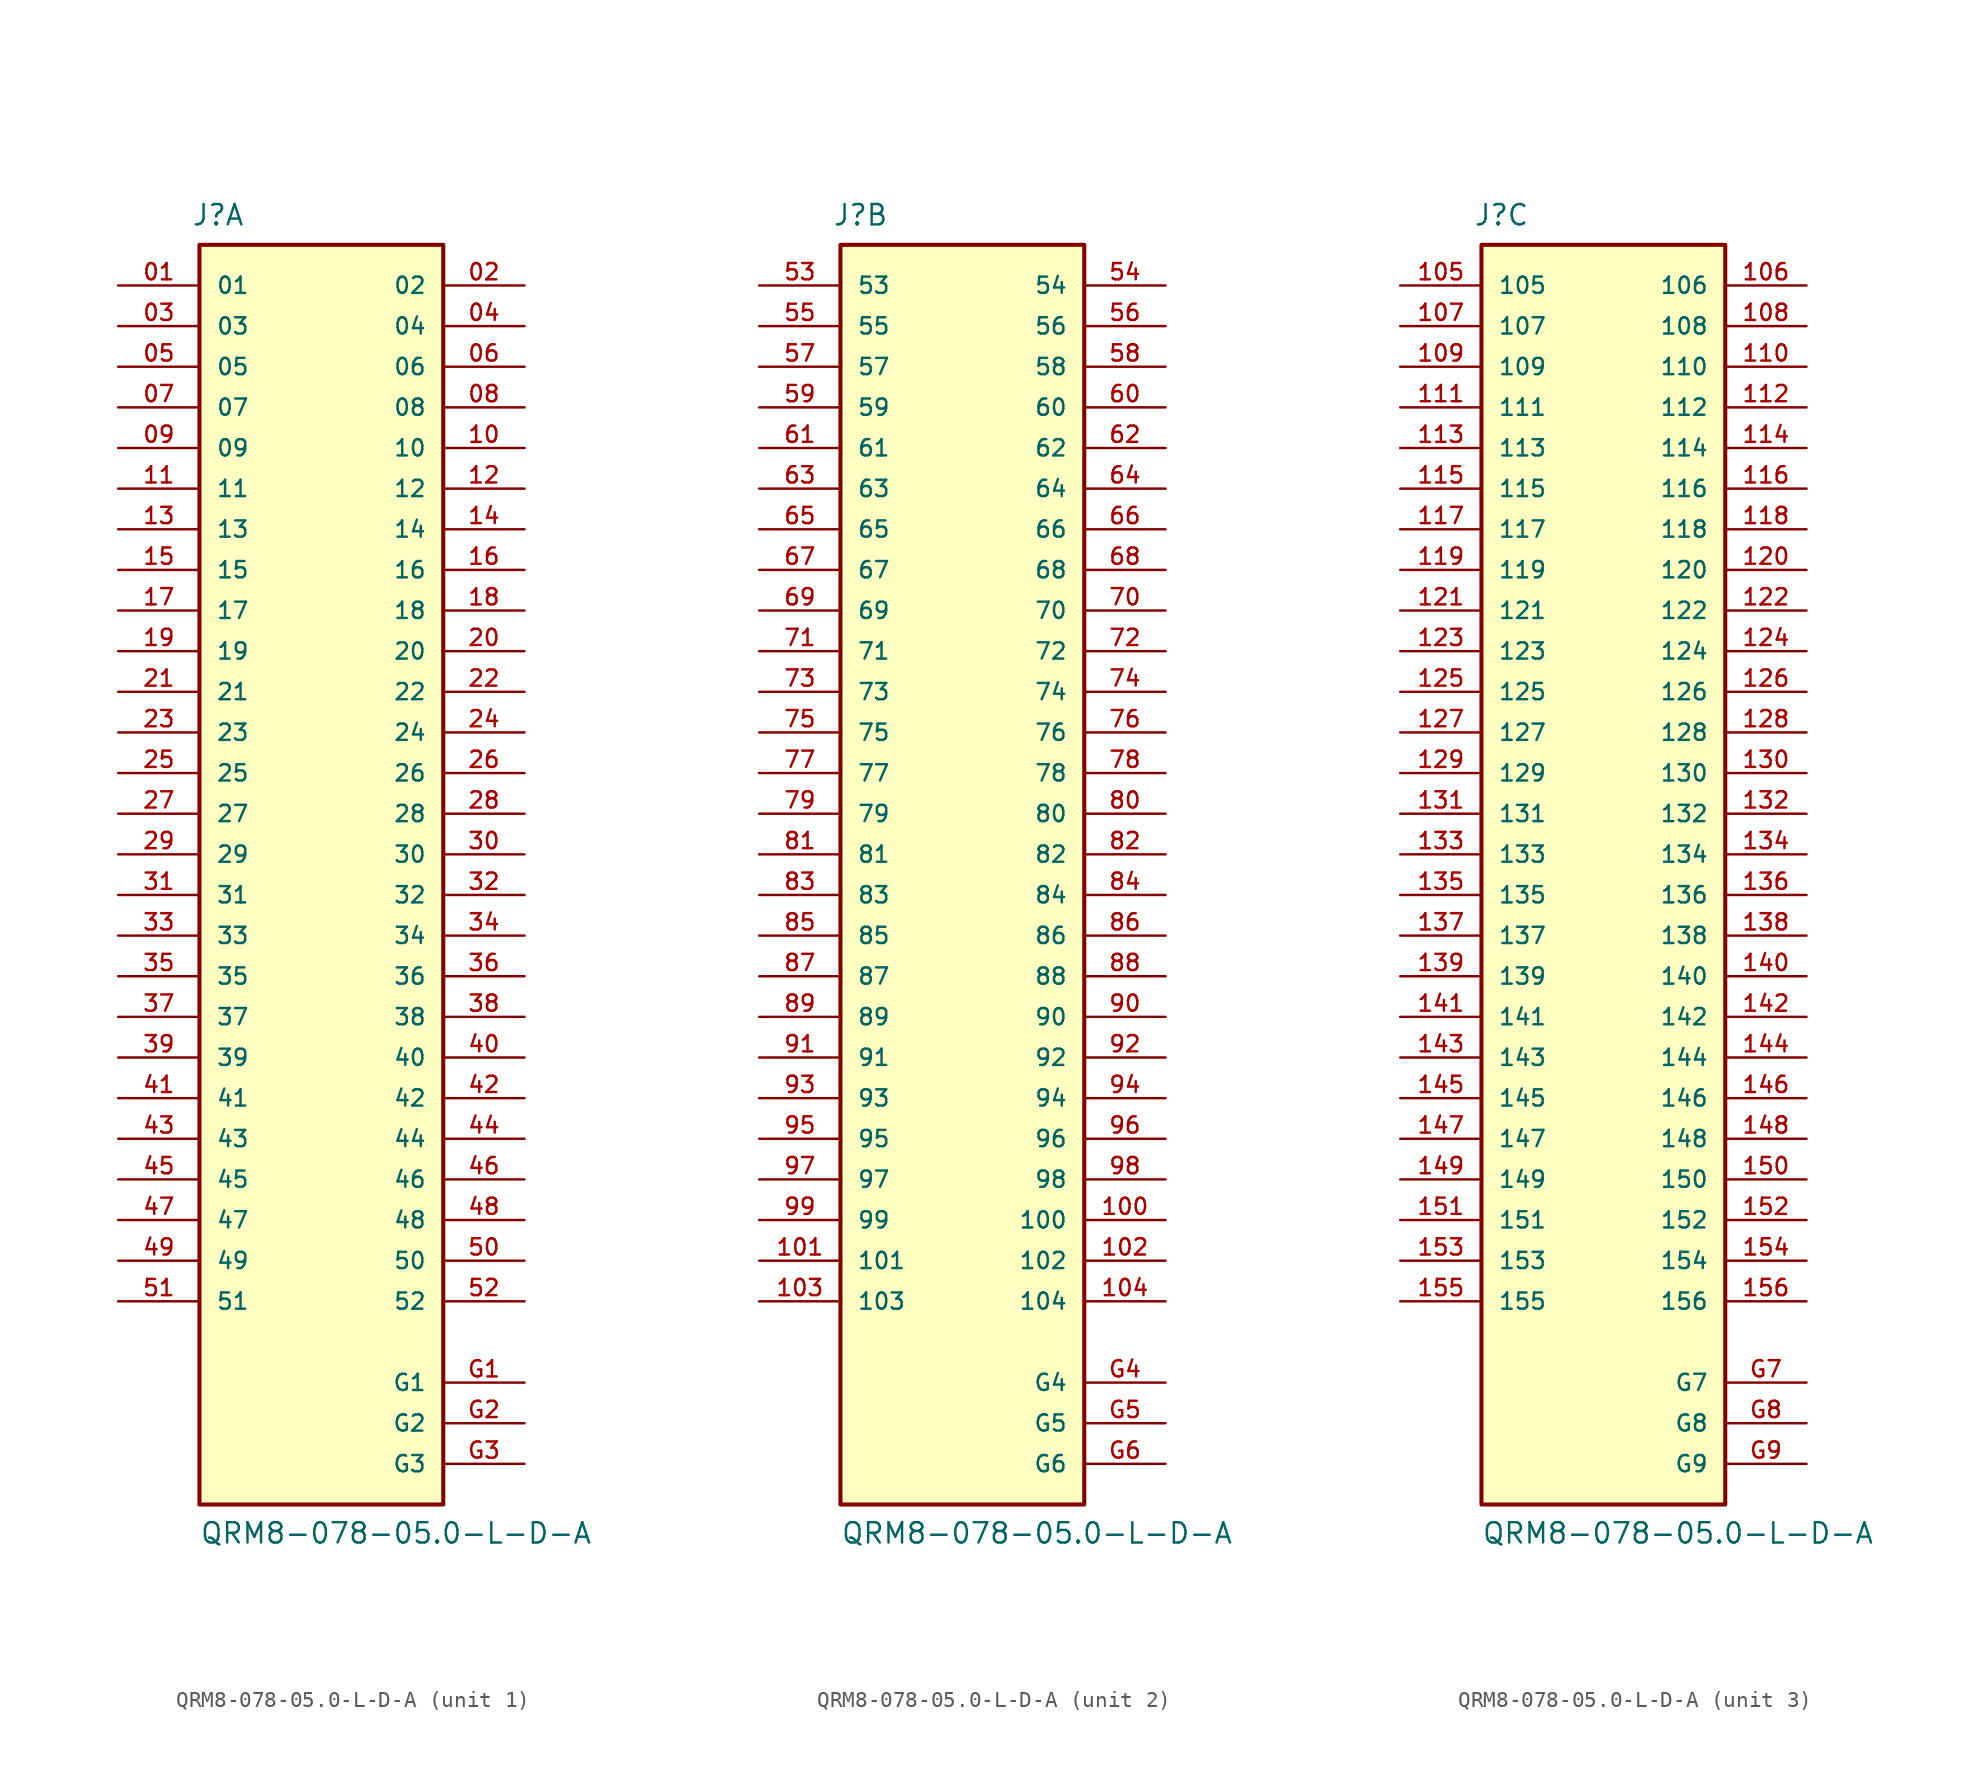
<source format=kicad_sym>
(kicad_symbol_lib
  (version 20211014)
  (generator kicad_symbol_editor)
  (symbol "QRM8-078-05.0-L-D-A"
    (pin_names
      (offset 1.016))
    (property "Reference" "J"
      (at -8.128 39.218 0)
      (effects (font (size 1.27 1.27)) (justify left bottom)))
    (property "Value" "QRM8-078-05.0-L-D-A"
      (at -7.62 -43.18 0)
      (effects (font (size 1.27 1.27)) (justify left bottom)))
    (property "ki_locked" ""
      (at 0 0 0)
      (effects (font (size 1.27 1.27))))
    (symbol "QRM8-078-05.0-L-D-A_1_0"
      (rectangle (start -7.62 -40.64) (end 7.62 38.1) (stroke (width 0.254) (type default) (color 0 0 0 0)) (fill (type background)))
      (pin passive line (at -12.7 35.56 0) (length 5.08) (name "01" (effects (font (size 1.016 1.016)))) (number "01" (effects (font (size 1.016 1.016)))))
      (pin passive line (at 12.7 35.56 180) (length 5.08) (name "02" (effects (font (size 1.016 1.016)))) (number "02" (effects (font (size 1.016 1.016)))))
      (pin passive line (at -12.7 33.02 0) (length 5.08) (name "03" (effects (font (size 1.016 1.016)))) (number "03" (effects (font (size 1.016 1.016)))))
      (pin passive line (at 12.7 33.02 180) (length 5.08) (name "04" (effects (font (size 1.016 1.016)))) (number "04" (effects (font (size 1.016 1.016)))))
      (pin passive line (at -12.7 30.48 0) (length 5.08) (name "05" (effects (font (size 1.016 1.016)))) (number "05" (effects (font (size 1.016 1.016)))))
      (pin passive line (at 12.7 30.48 180) (length 5.08) (name "06" (effects (font (size 1.016 1.016)))) (number "06" (effects (font (size 1.016 1.016)))))
      (pin passive line (at -12.7 27.94 0) (length 5.08) (name "07" (effects (font (size 1.016 1.016)))) (number "07" (effects (font (size 1.016 1.016)))))
      (pin passive line (at 12.7 27.94 180) (length 5.08) (name "08" (effects (font (size 1.016 1.016)))) (number "08" (effects (font (size 1.016 1.016)))))
      (pin passive line (at -12.7 25.4 0) (length 5.08) (name "09" (effects (font (size 1.016 1.016)))) (number "09" (effects (font (size 1.016 1.016)))))
      (pin passive line (at 12.7 25.4 180) (length 5.08) (name "10" (effects (font (size 1.016 1.016)))) (number "10" (effects (font (size 1.016 1.016)))))
      (pin passive line (at -12.7 22.86 0) (length 5.08) (name "11" (effects (font (size 1.016 1.016)))) (number "11" (effects (font (size 1.016 1.016)))))
      (pin passive line (at 12.7 22.86 180) (length 5.08) (name "12" (effects (font (size 1.016 1.016)))) (number "12" (effects (font (size 1.016 1.016)))))
      (pin passive line (at -12.7 20.32 0) (length 5.08) (name "13" (effects (font (size 1.016 1.016)))) (number "13" (effects (font (size 1.016 1.016)))))
      (pin passive line (at 12.7 20.32 180) (length 5.08) (name "14" (effects (font (size 1.016 1.016)))) (number "14" (effects (font (size 1.016 1.016)))))
      (pin passive line (at -12.7 17.78 0) (length 5.08) (name "15" (effects (font (size 1.016 1.016)))) (number "15" (effects (font (size 1.016 1.016)))))
      (pin passive line (at 12.7 17.78 180) (length 5.08) (name "16" (effects (font (size 1.016 1.016)))) (number "16" (effects (font (size 1.016 1.016)))))
      (pin passive line (at -12.7 15.24 0) (length 5.08) (name "17" (effects (font (size 1.016 1.016)))) (number "17" (effects (font (size 1.016 1.016)))))
      (pin passive line (at 12.7 15.24 180) (length 5.08) (name "18" (effects (font (size 1.016 1.016)))) (number "18" (effects (font (size 1.016 1.016)))))
      (pin passive line (at -12.7 12.7 0) (length 5.08) (name "19" (effects (font (size 1.016 1.016)))) (number "19" (effects (font (size 1.016 1.016)))))
      (pin passive line (at 12.7 12.7 180) (length 5.08) (name "20" (effects (font (size 1.016 1.016)))) (number "20" (effects (font (size 1.016 1.016)))))
      (pin passive line (at -12.7 10.16 0) (length 5.08) (name "21" (effects (font (size 1.016 1.016)))) (number "21" (effects (font (size 1.016 1.016)))))
      (pin passive line (at 12.7 10.16 180) (length 5.08) (name "22" (effects (font (size 1.016 1.016)))) (number "22" (effects (font (size 1.016 1.016)))))
      (pin passive line (at -12.7 7.62 0) (length 5.08) (name "23" (effects (font (size 1.016 1.016)))) (number "23" (effects (font (size 1.016 1.016)))))
      (pin passive line (at 12.7 7.62 180) (length 5.08) (name "24" (effects (font (size 1.016 1.016)))) (number "24" (effects (font (size 1.016 1.016)))))
      (pin passive line (at -12.7 5.08 0) (length 5.08) (name "25" (effects (font (size 1.016 1.016)))) (number "25" (effects (font (size 1.016 1.016)))))
      (pin passive line (at 12.7 5.08 180) (length 5.08) (name "26" (effects (font (size 1.016 1.016)))) (number "26" (effects (font (size 1.016 1.016)))))
      (pin passive line (at -12.7 2.54 0) (length 5.08) (name "27" (effects (font (size 1.016 1.016)))) (number "27" (effects (font (size 1.016 1.016)))))
      (pin passive line (at 12.7 2.54 180) (length 5.08) (name "28" (effects (font (size 1.016 1.016)))) (number "28" (effects (font (size 1.016 1.016)))))
      (pin passive line (at -12.7 0 0) (length 5.08) (name "29" (effects (font (size 1.016 1.016)))) (number "29" (effects (font (size 1.016 1.016)))))
      (pin passive line (at 12.7 0 180) (length 5.08) (name "30" (effects (font (size 1.016 1.016)))) (number "30" (effects (font (size 1.016 1.016)))))
      (pin passive line (at -12.7 -2.54 0) (length 5.08) (name "31" (effects (font (size 1.016 1.016)))) (number "31" (effects (font (size 1.016 1.016)))))
      (pin passive line (at 12.7 -2.54 180) (length 5.08) (name "32" (effects (font (size 1.016 1.016)))) (number "32" (effects (font (size 1.016 1.016)))))
      (pin passive line (at -12.7 -5.08 0) (length 5.08) (name "33" (effects (font (size 1.016 1.016)))) (number "33" (effects (font (size 1.016 1.016)))))
      (pin passive line (at 12.7 -5.08 180) (length 5.08) (name "34" (effects (font (size 1.016 1.016)))) (number "34" (effects (font (size 1.016 1.016)))))
      (pin passive line (at -12.7 -7.62 0) (length 5.08) (name "35" (effects (font (size 1.016 1.016)))) (number "35" (effects (font (size 1.016 1.016)))))
      (pin passive line (at 12.7 -7.62 180) (length 5.08) (name "36" (effects (font (size 1.016 1.016)))) (number "36" (effects (font (size 1.016 1.016)))))
      (pin passive line (at -12.7 -10.16 0) (length 5.08) (name "37" (effects (font (size 1.016 1.016)))) (number "37" (effects (font (size 1.016 1.016)))))
      (pin passive line (at 12.7 -10.16 180) (length 5.08) (name "38" (effects (font (size 1.016 1.016)))) (number "38" (effects (font (size 1.016 1.016)))))
      (pin passive line (at -12.7 -12.7 0) (length 5.08) (name "39" (effects (font (size 1.016 1.016)))) (number "39" (effects (font (size 1.016 1.016)))))
      (pin passive line (at 12.7 -12.7 180) (length 5.08) (name "40" (effects (font (size 1.016 1.016)))) (number "40" (effects (font (size 1.016 1.016)))))
      (pin passive line (at -12.7 -15.24 0) (length 5.08) (name "41" (effects (font (size 1.016 1.016)))) (number "41" (effects (font (size 1.016 1.016)))))
      (pin passive line (at 12.7 -15.24 180) (length 5.08) (name "42" (effects (font (size 1.016 1.016)))) (number "42" (effects (font (size 1.016 1.016)))))
      (pin passive line (at -12.7 -17.78 0) (length 5.08) (name "43" (effects (font (size 1.016 1.016)))) (number "43" (effects (font (size 1.016 1.016)))))
      (pin passive line (at 12.7 -17.78 180) (length 5.08) (name "44" (effects (font (size 1.016 1.016)))) (number "44" (effects (font (size 1.016 1.016)))))
      (pin passive line (at -12.7 -20.32 0) (length 5.08) (name "45" (effects (font (size 1.016 1.016)))) (number "45" (effects (font (size 1.016 1.016)))))
      (pin passive line (at 12.7 -20.32 180) (length 5.08) (name "46" (effects (font (size 1.016 1.016)))) (number "46" (effects (font (size 1.016 1.016)))))
      (pin passive line (at -12.7 -22.86 0) (length 5.08) (name "47" (effects (font (size 1.016 1.016)))) (number "47" (effects (font (size 1.016 1.016)))))
      (pin passive line (at 12.7 -22.86 180) (length 5.08) (name "48" (effects (font (size 1.016 1.016)))) (number "48" (effects (font (size 1.016 1.016)))))
      (pin passive line (at -12.7 -25.4 0) (length 5.08) (name "49" (effects (font (size 1.016 1.016)))) (number "49" (effects (font (size 1.016 1.016)))))
      (pin passive line (at 12.7 -25.4 180) (length 5.08) (name "50" (effects (font (size 1.016 1.016)))) (number "50" (effects (font (size 1.016 1.016)))))
      (pin passive line (at -12.7 -27.94 0) (length 5.08) (name "51" (effects (font (size 1.016 1.016)))) (number "51" (effects (font (size 1.016 1.016)))))
      (pin passive line (at 12.7 -27.94 180) (length 5.08) (name "52" (effects (font (size 1.016 1.016)))) (number "52" (effects (font (size 1.016 1.016)))))
      (pin power_in line (at 12.7 -33.02 180) (length 5.08) (name "G1" (effects (font (size 1.016 1.016)))) (number "G1" (effects (font (size 1.016 1.016)))))
      (pin power_in line (at 12.7 -35.56 180) (length 5.08) (name "G2" (effects (font (size 1.016 1.016)))) (number "G2" (effects (font (size 1.016 1.016)))))
      (pin power_in line (at 12.7 -38.1 180) (length 5.08) (name "G3" (effects (font (size 1.016 1.016)))) (number "G3" (effects (font (size 1.016 1.016))))))
    (symbol "QRM8-078-05.0-L-D-A_2_0"
      (rectangle (start -7.62 -40.64) (end 7.62 38.1) (stroke (width 0.254) (type default) (color 0 0 0 0)) (fill (type background)))
      (pin passive line (at 12.7 -22.86 180) (length 5.08) (name "100" (effects (font (size 1.016 1.016)))) (number "100" (effects (font (size 1.016 1.016)))))
      (pin passive line (at -12.7 -25.4 0) (length 5.08) (name "101" (effects (font (size 1.016 1.016)))) (number "101" (effects (font (size 1.016 1.016)))))
      (pin passive line (at 12.7 -25.4 180) (length 5.08) (name "102" (effects (font (size 1.016 1.016)))) (number "102" (effects (font (size 1.016 1.016)))))
      (pin passive line (at -12.7 -27.94 0) (length 5.08) (name "103" (effects (font (size 1.016 1.016)))) (number "103" (effects (font (size 1.016 1.016)))))
      (pin passive line (at 12.7 -27.94 180) (length 5.08) (name "104" (effects (font (size 1.016 1.016)))) (number "104" (effects (font (size 1.016 1.016)))))
      (pin passive line (at -12.7 35.56 0) (length 5.08) (name "53" (effects (font (size 1.016 1.016)))) (number "53" (effects (font (size 1.016 1.016)))))
      (pin passive line (at 12.7 35.56 180) (length 5.08) (name "54" (effects (font (size 1.016 1.016)))) (number "54" (effects (font (size 1.016 1.016)))))
      (pin passive line (at -12.7 33.02 0) (length 5.08) (name "55" (effects (font (size 1.016 1.016)))) (number "55" (effects (font (size 1.016 1.016)))))
      (pin passive line (at 12.7 33.02 180) (length 5.08) (name "56" (effects (font (size 1.016 1.016)))) (number "56" (effects (font (size 1.016 1.016)))))
      (pin passive line (at -12.7 30.48 0) (length 5.08) (name "57" (effects (font (size 1.016 1.016)))) (number "57" (effects (font (size 1.016 1.016)))))
      (pin passive line (at 12.7 30.48 180) (length 5.08) (name "58" (effects (font (size 1.016 1.016)))) (number "58" (effects (font (size 1.016 1.016)))))
      (pin passive line (at -12.7 27.94 0) (length 5.08) (name "59" (effects (font (size 1.016 1.016)))) (number "59" (effects (font (size 1.016 1.016)))))
      (pin passive line (at 12.7 27.94 180) (length 5.08) (name "60" (effects (font (size 1.016 1.016)))) (number "60" (effects (font (size 1.016 1.016)))))
      (pin passive line (at -12.7 25.4 0) (length 5.08) (name "61" (effects (font (size 1.016 1.016)))) (number "61" (effects (font (size 1.016 1.016)))))
      (pin passive line (at 12.7 25.4 180) (length 5.08) (name "62" (effects (font (size 1.016 1.016)))) (number "62" (effects (font (size 1.016 1.016)))))
      (pin passive line (at -12.7 22.86 0) (length 5.08) (name "63" (effects (font (size 1.016 1.016)))) (number "63" (effects (font (size 1.016 1.016)))))
      (pin passive line (at 12.7 22.86 180) (length 5.08) (name "64" (effects (font (size 1.016 1.016)))) (number "64" (effects (font (size 1.016 1.016)))))
      (pin passive line (at -12.7 20.32 0) (length 5.08) (name "65" (effects (font (size 1.016 1.016)))) (number "65" (effects (font (size 1.016 1.016)))))
      (pin passive line (at 12.7 20.32 180) (length 5.08) (name "66" (effects (font (size 1.016 1.016)))) (number "66" (effects (font (size 1.016 1.016)))))
      (pin passive line (at -12.7 17.78 0) (length 5.08) (name "67" (effects (font (size 1.016 1.016)))) (number "67" (effects (font (size 1.016 1.016)))))
      (pin passive line (at 12.7 17.78 180) (length 5.08) (name "68" (effects (font (size 1.016 1.016)))) (number "68" (effects (font (size 1.016 1.016)))))
      (pin passive line (at -12.7 15.24 0) (length 5.08) (name "69" (effects (font (size 1.016 1.016)))) (number "69" (effects (font (size 1.016 1.016)))))
      (pin passive line (at 12.7 15.24 180) (length 5.08) (name "70" (effects (font (size 1.016 1.016)))) (number "70" (effects (font (size 1.016 1.016)))))
      (pin passive line (at -12.7 12.7 0) (length 5.08) (name "71" (effects (font (size 1.016 1.016)))) (number "71" (effects (font (size 1.016 1.016)))))
      (pin passive line (at 12.7 12.7 180) (length 5.08) (name "72" (effects (font (size 1.016 1.016)))) (number "72" (effects (font (size 1.016 1.016)))))
      (pin passive line (at -12.7 10.16 0) (length 5.08) (name "73" (effects (font (size 1.016 1.016)))) (number "73" (effects (font (size 1.016 1.016)))))
      (pin passive line (at 12.7 10.16 180) (length 5.08) (name "74" (effects (font (size 1.016 1.016)))) (number "74" (effects (font (size 1.016 1.016)))))
      (pin passive line (at -12.7 7.62 0) (length 5.08) (name "75" (effects (font (size 1.016 1.016)))) (number "75" (effects (font (size 1.016 1.016)))))
      (pin passive line (at 12.7 7.62 180) (length 5.08) (name "76" (effects (font (size 1.016 1.016)))) (number "76" (effects (font (size 1.016 1.016)))))
      (pin passive line (at -12.7 5.08 0) (length 5.08) (name "77" (effects (font (size 1.016 1.016)))) (number "77" (effects (font (size 1.016 1.016)))))
      (pin passive line (at 12.7 5.08 180) (length 5.08) (name "78" (effects (font (size 1.016 1.016)))) (number "78" (effects (font (size 1.016 1.016)))))
      (pin passive line (at -12.7 2.54 0) (length 5.08) (name "79" (effects (font (size 1.016 1.016)))) (number "79" (effects (font (size 1.016 1.016)))))
      (pin passive line (at 12.7 2.54 180) (length 5.08) (name "80" (effects (font (size 1.016 1.016)))) (number "80" (effects (font (size 1.016 1.016)))))
      (pin passive line (at -12.7 0 0) (length 5.08) (name "81" (effects (font (size 1.016 1.016)))) (number "81" (effects (font (size 1.016 1.016)))))
      (pin passive line (at 12.7 0 180) (length 5.08) (name "82" (effects (font (size 1.016 1.016)))) (number "82" (effects (font (size 1.016 1.016)))))
      (pin passive line (at -12.7 -2.54 0) (length 5.08) (name "83" (effects (font (size 1.016 1.016)))) (number "83" (effects (font (size 1.016 1.016)))))
      (pin passive line (at 12.7 -2.54 180) (length 5.08) (name "84" (effects (font (size 1.016 1.016)))) (number "84" (effects (font (size 1.016 1.016)))))
      (pin passive line (at -12.7 -5.08 0) (length 5.08) (name "85" (effects (font (size 1.016 1.016)))) (number "85" (effects (font (size 1.016 1.016)))))
      (pin passive line (at 12.7 -5.08 180) (length 5.08) (name "86" (effects (font (size 1.016 1.016)))) (number "86" (effects (font (size 1.016 1.016)))))
      (pin passive line (at -12.7 -7.62 0) (length 5.08) (name "87" (effects (font (size 1.016 1.016)))) (number "87" (effects (font (size 1.016 1.016)))))
      (pin passive line (at 12.7 -7.62 180) (length 5.08) (name "88" (effects (font (size 1.016 1.016)))) (number "88" (effects (font (size 1.016 1.016)))))
      (pin passive line (at -12.7 -10.16 0) (length 5.08) (name "89" (effects (font (size 1.016 1.016)))) (number "89" (effects (font (size 1.016 1.016)))))
      (pin passive line (at 12.7 -10.16 180) (length 5.08) (name "90" (effects (font (size 1.016 1.016)))) (number "90" (effects (font (size 1.016 1.016)))))
      (pin passive line (at -12.7 -12.7 0) (length 5.08) (name "91" (effects (font (size 1.016 1.016)))) (number "91" (effects (font (size 1.016 1.016)))))
      (pin passive line (at 12.7 -12.7 180) (length 5.08) (name "92" (effects (font (size 1.016 1.016)))) (number "92" (effects (font (size 1.016 1.016)))))
      (pin passive line (at -12.7 -15.24 0) (length 5.08) (name "93" (effects (font (size 1.016 1.016)))) (number "93" (effects (font (size 1.016 1.016)))))
      (pin passive line (at 12.7 -15.24 180) (length 5.08) (name "94" (effects (font (size 1.016 1.016)))) (number "94" (effects (font (size 1.016 1.016)))))
      (pin passive line (at -12.7 -17.78 0) (length 5.08) (name "95" (effects (font (size 1.016 1.016)))) (number "95" (effects (font (size 1.016 1.016)))))
      (pin passive line (at 12.7 -17.78 180) (length 5.08) (name "96" (effects (font (size 1.016 1.016)))) (number "96" (effects (font (size 1.016 1.016)))))
      (pin passive line (at -12.7 -20.32 0) (length 5.08) (name "97" (effects (font (size 1.016 1.016)))) (number "97" (effects (font (size 1.016 1.016)))))
      (pin passive line (at 12.7 -20.32 180) (length 5.08) (name "98" (effects (font (size 1.016 1.016)))) (number "98" (effects (font (size 1.016 1.016)))))
      (pin passive line (at -12.7 -22.86 0) (length 5.08) (name "99" (effects (font (size 1.016 1.016)))) (number "99" (effects (font (size 1.016 1.016)))))
      (pin power_in line (at 12.7 -33.02 180) (length 5.08) (name "G4" (effects (font (size 1.016 1.016)))) (number "G4" (effects (font (size 1.016 1.016)))))
      (pin power_in line (at 12.7 -35.56 180) (length 5.08) (name "G5" (effects (font (size 1.016 1.016)))) (number "G5" (effects (font (size 1.016 1.016)))))
      (pin power_in line (at 12.7 -38.1 180) (length 5.08) (name "G6" (effects (font (size 1.016 1.016)))) (number "G6" (effects (font (size 1.016 1.016))))))
    (symbol "QRM8-078-05.0-L-D-A_3_0"
      (rectangle (start -7.62 -40.64) (end 7.62 38.1) (stroke (width 0.254) (type default) (color 0 0 0 0)) (fill (type background)))
      (pin passive line (at -12.7 35.56 0) (length 5.08) (name "105" (effects (font (size 1.016 1.016)))) (number "105" (effects (font (size 1.016 1.016)))))
      (pin passive line (at 12.7 35.56 180) (length 5.08) (name "106" (effects (font (size 1.016 1.016)))) (number "106" (effects (font (size 1.016 1.016)))))
      (pin passive line (at -12.7 33.02 0) (length 5.08) (name "107" (effects (font (size 1.016 1.016)))) (number "107" (effects (font (size 1.016 1.016)))))
      (pin passive line (at 12.7 33.02 180) (length 5.08) (name "108" (effects (font (size 1.016 1.016)))) (number "108" (effects (font (size 1.016 1.016)))))
      (pin passive line (at -12.7 30.48 0) (length 5.08) (name "109" (effects (font (size 1.016 1.016)))) (number "109" (effects (font (size 1.016 1.016)))))
      (pin passive line (at 12.7 30.48 180) (length 5.08) (name "110" (effects (font (size 1.016 1.016)))) (number "110" (effects (font (size 1.016 1.016)))))
      (pin passive line (at -12.7 27.94 0) (length 5.08) (name "111" (effects (font (size 1.016 1.016)))) (number "111" (effects (font (size 1.016 1.016)))))
      (pin passive line (at 12.7 27.94 180) (length 5.08) (name "112" (effects (font (size 1.016 1.016)))) (number "112" (effects (font (size 1.016 1.016)))))
      (pin passive line (at -12.7 25.4 0) (length 5.08) (name "113" (effects (font (size 1.016 1.016)))) (number "113" (effects (font (size 1.016 1.016)))))
      (pin passive line (at 12.7 25.4 180) (length 5.08) (name "114" (effects (font (size 1.016 1.016)))) (number "114" (effects (font (size 1.016 1.016)))))
      (pin passive line (at -12.7 22.86 0) (length 5.08) (name "115" (effects (font (size 1.016 1.016)))) (number "115" (effects (font (size 1.016 1.016)))))
      (pin passive line (at 12.7 22.86 180) (length 5.08) (name "116" (effects (font (size 1.016 1.016)))) (number "116" (effects (font (size 1.016 1.016)))))
      (pin passive line (at -12.7 20.32 0) (length 5.08) (name "117" (effects (font (size 1.016 1.016)))) (number "117" (effects (font (size 1.016 1.016)))))
      (pin passive line (at 12.7 20.32 180) (length 5.08) (name "118" (effects (font (size 1.016 1.016)))) (number "118" (effects (font (size 1.016 1.016)))))
      (pin passive line (at -12.7 17.78 0) (length 5.08) (name "119" (effects (font (size 1.016 1.016)))) (number "119" (effects (font (size 1.016 1.016)))))
      (pin passive line (at 12.7 17.78 180) (length 5.08) (name "120" (effects (font (size 1.016 1.016)))) (number "120" (effects (font (size 1.016 1.016)))))
      (pin passive line (at -12.7 15.24 0) (length 5.08) (name "121" (effects (font (size 1.016 1.016)))) (number "121" (effects (font (size 1.016 1.016)))))
      (pin passive line (at 12.7 15.24 180) (length 5.08) (name "122" (effects (font (size 1.016 1.016)))) (number "122" (effects (font (size 1.016 1.016)))))
      (pin passive line (at -12.7 12.7 0) (length 5.08) (name "123" (effects (font (size 1.016 1.016)))) (number "123" (effects (font (size 1.016 1.016)))))
      (pin passive line (at 12.7 12.7 180) (length 5.08) (name "124" (effects (font (size 1.016 1.016)))) (number "124" (effects (font (size 1.016 1.016)))))
      (pin passive line (at -12.7 10.16 0) (length 5.08) (name "125" (effects (font (size 1.016 1.016)))) (number "125" (effects (font (size 1.016 1.016)))))
      (pin passive line (at 12.7 10.16 180) (length 5.08) (name "126" (effects (font (size 1.016 1.016)))) (number "126" (effects (font (size 1.016 1.016)))))
      (pin passive line (at -12.7 7.62 0) (length 5.08) (name "127" (effects (font (size 1.016 1.016)))) (number "127" (effects (font (size 1.016 1.016)))))
      (pin passive line (at 12.7 7.62 180) (length 5.08) (name "128" (effects (font (size 1.016 1.016)))) (number "128" (effects (font (size 1.016 1.016)))))
      (pin passive line (at -12.7 5.08 0) (length 5.08) (name "129" (effects (font (size 1.016 1.016)))) (number "129" (effects (font (size 1.016 1.016)))))
      (pin passive line (at 12.7 5.08 180) (length 5.08) (name "130" (effects (font (size 1.016 1.016)))) (number "130" (effects (font (size 1.016 1.016)))))
      (pin passive line (at -12.7 2.54 0) (length 5.08) (name "131" (effects (font (size 1.016 1.016)))) (number "131" (effects (font (size 1.016 1.016)))))
      (pin passive line (at 12.7 2.54 180) (length 5.08) (name "132" (effects (font (size 1.016 1.016)))) (number "132" (effects (font (size 1.016 1.016)))))
      (pin passive line (at -12.7 0 0) (length 5.08) (name "133" (effects (font (size 1.016 1.016)))) (number "133" (effects (font (size 1.016 1.016)))))
      (pin passive line (at 12.7 0 180) (length 5.08) (name "134" (effects (font (size 1.016 1.016)))) (number "134" (effects (font (size 1.016 1.016)))))
      (pin passive line (at -12.7 -2.54 0) (length 5.08) (name "135" (effects (font (size 1.016 1.016)))) (number "135" (effects (font (size 1.016 1.016)))))
      (pin passive line (at 12.7 -2.54 180) (length 5.08) (name "136" (effects (font (size 1.016 1.016)))) (number "136" (effects (font (size 1.016 1.016)))))
      (pin passive line (at -12.7 -5.08 0) (length 5.08) (name "137" (effects (font (size 1.016 1.016)))) (number "137" (effects (font (size 1.016 1.016)))))
      (pin passive line (at 12.7 -5.08 180) (length 5.08) (name "138" (effects (font (size 1.016 1.016)))) (number "138" (effects (font (size 1.016 1.016)))))
      (pin passive line (at -12.7 -7.62 0) (length 5.08) (name "139" (effects (font (size 1.016 1.016)))) (number "139" (effects (font (size 1.016 1.016)))))
      (pin passive line (at 12.7 -7.62 180) (length 5.08) (name "140" (effects (font (size 1.016 1.016)))) (number "140" (effects (font (size 1.016 1.016)))))
      (pin passive line (at -12.7 -10.16 0) (length 5.08) (name "141" (effects (font (size 1.016 1.016)))) (number "141" (effects (font (size 1.016 1.016)))))
      (pin passive line (at 12.7 -10.16 180) (length 5.08) (name "142" (effects (font (size 1.016 1.016)))) (number "142" (effects (font (size 1.016 1.016)))))
      (pin passive line (at -12.7 -12.7 0) (length 5.08) (name "143" (effects (font (size 1.016 1.016)))) (number "143" (effects (font (size 1.016 1.016)))))
      (pin passive line (at 12.7 -12.7 180) (length 5.08) (name "144" (effects (font (size 1.016 1.016)))) (number "144" (effects (font (size 1.016 1.016)))))
      (pin passive line (at -12.7 -15.24 0) (length 5.08) (name "145" (effects (font (size 1.016 1.016)))) (number "145" (effects (font (size 1.016 1.016)))))
      (pin passive line (at 12.7 -15.24 180) (length 5.08) (name "146" (effects (font (size 1.016 1.016)))) (number "146" (effects (font (size 1.016 1.016)))))
      (pin passive line (at -12.7 -17.78 0) (length 5.08) (name "147" (effects (font (size 1.016 1.016)))) (number "147" (effects (font (size 1.016 1.016)))))
      (pin passive line (at 12.7 -17.78 180) (length 5.08) (name "148" (effects (font (size 1.016 1.016)))) (number "148" (effects (font (size 1.016 1.016)))))
      (pin passive line (at -12.7 -20.32 0) (length 5.08) (name "149" (effects (font (size 1.016 1.016)))) (number "149" (effects (font (size 1.016 1.016)))))
      (pin passive line (at 12.7 -20.32 180) (length 5.08) (name "150" (effects (font (size 1.016 1.016)))) (number "150" (effects (font (size 1.016 1.016)))))
      (pin passive line (at -12.7 -22.86 0) (length 5.08) (name "151" (effects (font (size 1.016 1.016)))) (number "151" (effects (font (size 1.016 1.016)))))
      (pin passive line (at 12.7 -22.86 180) (length 5.08) (name "152" (effects (font (size 1.016 1.016)))) (number "152" (effects (font (size 1.016 1.016)))))
      (pin passive line (at -12.7 -25.4 0) (length 5.08) (name "153" (effects (font (size 1.016 1.016)))) (number "153" (effects (font (size 1.016 1.016)))))
      (pin passive line (at 12.7 -25.4 180) (length 5.08) (name "154" (effects (font (size 1.016 1.016)))) (number "154" (effects (font (size 1.016 1.016)))))
      (pin passive line (at -12.7 -27.94 0) (length 5.08) (name "155" (effects (font (size 1.016 1.016)))) (number "155" (effects (font (size 1.016 1.016)))))
      (pin passive line (at 12.7 -27.94 180) (length 5.08) (name "156" (effects (font (size 1.016 1.016)))) (number "156" (effects (font (size 1.016 1.016)))))
      (pin power_in line (at 12.7 -33.02 180) (length 5.08) (name "G7" (effects (font (size 1.016 1.016)))) (number "G7" (effects (font (size 1.016 1.016)))))
      (pin power_in line (at 12.7 -35.56 180) (length 5.08) (name "G8" (effects (font (size 1.016 1.016)))) (number "G8" (effects (font (size 1.016 1.016)))))
      (pin power_in line (at 12.7 -38.1 180) (length 5.08) (name "G9" (effects (font (size 1.016 1.016)))) (number "G9" (effects (font (size 1.016 1.016))))))))
</source>
